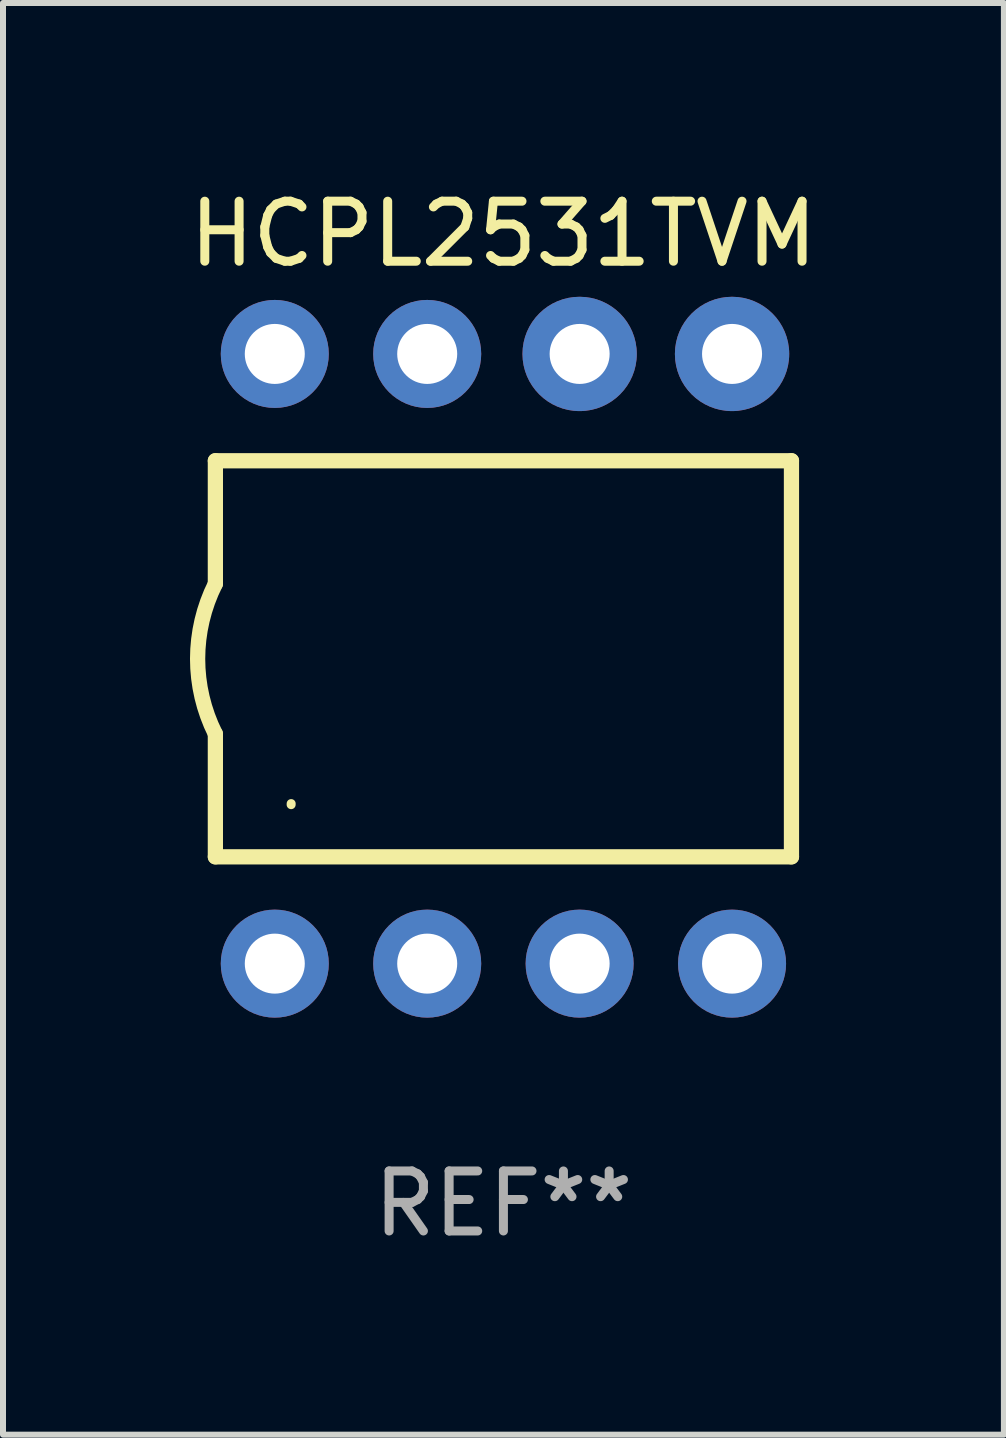
<source format=kicad_pcb>
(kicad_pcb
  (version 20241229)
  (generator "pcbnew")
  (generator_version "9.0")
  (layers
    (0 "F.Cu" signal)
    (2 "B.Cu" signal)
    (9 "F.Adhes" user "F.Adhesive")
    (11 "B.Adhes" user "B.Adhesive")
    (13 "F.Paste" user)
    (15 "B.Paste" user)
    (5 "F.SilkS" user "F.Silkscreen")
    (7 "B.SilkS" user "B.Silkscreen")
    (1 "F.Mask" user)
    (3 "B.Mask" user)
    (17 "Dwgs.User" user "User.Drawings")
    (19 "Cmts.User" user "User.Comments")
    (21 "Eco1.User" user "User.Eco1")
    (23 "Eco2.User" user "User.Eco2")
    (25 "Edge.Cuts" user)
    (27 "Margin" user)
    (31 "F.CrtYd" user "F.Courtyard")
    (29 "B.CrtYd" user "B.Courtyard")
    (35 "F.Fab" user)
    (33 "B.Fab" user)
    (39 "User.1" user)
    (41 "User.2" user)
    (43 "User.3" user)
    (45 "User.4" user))
  (footprint "HCPL2531TVM"
    (layer "F.Cu")
    (at 5.339 7.928)
    (property "Reference" "HCPL2531TVM" (at 0 -7.08 0) (layer "F.SilkS") (effects (font (size 1 1) (thickness 0.15))))
    (attr through_hole)
    (fp_line (start -4.8 -3.3) (end -4.8 -1.25) (stroke (width 0.254) (type solid)) (layer "F.SilkS"))
    (fp_line (start -4.8 3.3) (end -4.8 1.25) (stroke (width 0.254) (type solid)) (layer "F.SilkS"))
    (fp_line (start 4.8 3.3) (end -4.8 3.3) (stroke (width 0.254) (type solid)) (layer "F.SilkS"))
    (fp_line (start 4.8 -3.3) (end -4.8 -3.3) (stroke (width 0.254) (type solid)) (layer "F.SilkS"))
    (fp_line (start 4.8 -3.3) (end 4.8 3.3) (stroke (width 0.254) (type solid)) (layer "F.SilkS"))
    (fp_arc (start -4.801245 1.249683) (mid -5.095867 -0.000312) (end -4.8 -1.250013) (stroke (width 0.254001) (type solid)) (layer "F.SilkS"))
    (fp_arc (start -3.537414 2.430785) (mid -3.537309 2.421918) (end -3.537008 2.413056) (stroke (width 0.149987) (type solid)) (layer "F.SilkS"))
    (fp_text user "REF**" (at 0 9.08 0) (layer "F.Fab") (effects (font (size 1 1) (thickness 0.15))))
    (pad "1" thru_hole circle (at -3.81 5.08) (size 1.8 1.8) (drill 1) (layers "*.Cu" "*.Mask"))
    (pad "2" thru_hole circle (at -1.27 5.08) (size 1.8 1.8) (drill 1) (layers "*.Cu" "*.Mask"))
    (pad "3" thru_hole circle (at 1.27 5.08) (size 1.8 1.8) (drill 1) (layers "*.Cu" "*.Mask"))
    (pad "4" thru_hole circle (at 3.81 5.08) (size 1.8 1.8) (drill 1) (layers "*.Cu" "*.Mask"))
    (pad "5" thru_hole circle (at 3.81 -5.08) (size 1.905 1.905) (drill 1) (layers "*.Cu" "*.Mask"))
    (pad "6" thru_hole circle (at 1.27 -5.08) (size 1.905 1.905) (drill 1) (layers "*.Cu" "*.Mask"))
    (pad "7" thru_hole circle (at -1.27 -5.08) (size 1.8 1.8) (drill 1) (layers "*.Cu" "*.Mask"))
    (pad "8" thru_hole circle (at -3.81 -5.08) (size 1.8 1.8) (drill 1) (layers "*.Cu" "*.Mask")))
  (gr_rect
    (start -3 -3)
    (end 13.679 20.857)
    (stroke (width 0.1) (type default))
    (fill no)
    (layer "Edge.Cuts")))
</source>
